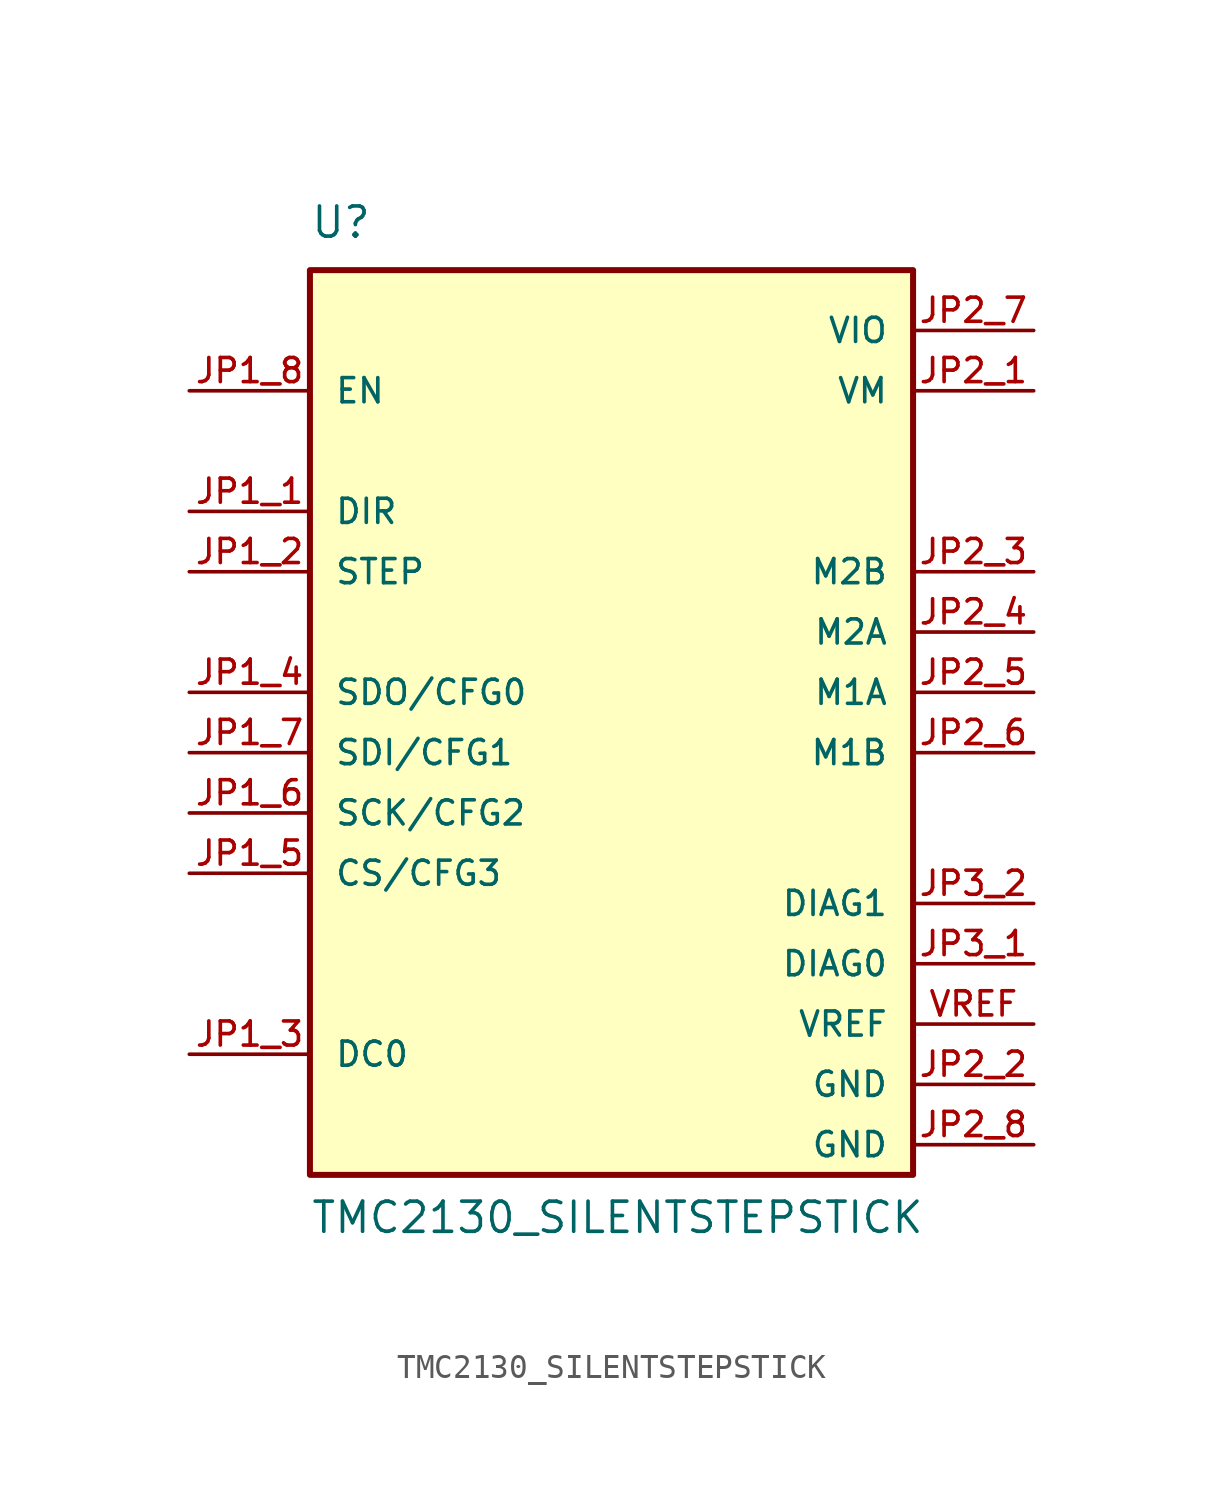
<source format=kicad_sym>
(kicad_symbol_lib
  (version 20211014)
  (generator kicad_symbol_editor)
  (symbol "TMC2130_SILENTSTEPSTICK"
    (pin_names
      (offset 1.016))
    (property "Reference" "U"
      (at -12.7 19.05 0)
      (effects (font (size 1.27 1.27)) (justify left bottom)))
    (property "Value" "TMC2130_SILENTSTEPSTICK"
      (at -12.7 -22.86 0)
      (effects (font (size 1.27 1.27)) (justify left bottom)))
    (symbol "TMC2130_SILENTSTEPSTICK_0_0"
      (rectangle (start -12.7 -20.32) (end 12.7 17.78) (stroke (width 0.254) (type default) (color 0 0 0 0)) (fill (type background)))
      (pin input line (at -17.78 7.62 0) (length 5.08) (name "DIR" (effects (font (size 1.016 1.016)))) (number "JP1_1" (effects (font (size 1.016 1.016)))))
      (pin input line (at -17.78 5.08 0) (length 5.08) (name "STEP" (effects (font (size 1.016 1.016)))) (number "JP1_2" (effects (font (size 1.016 1.016)))))
      (pin bidirectional line (at -17.78 -15.24 0) (length 5.08) (name "DC0" (effects (font (size 1.016 1.016)))) (number "JP1_3" (effects (font (size 1.016 1.016)))))
      (pin bidirectional line (at -17.78 0 0) (length 5.08) (name "SDO/CFG0" (effects (font (size 1.016 1.016)))) (number "JP1_4" (effects (font (size 1.016 1.016)))))
      (pin input line (at -17.78 -7.62 0) (length 5.08) (name "CS/CFG3" (effects (font (size 1.016 1.016)))) (number "JP1_5" (effects (font (size 1.016 1.016)))))
      (pin input line (at -17.78 -5.08 0) (length 5.08) (name "SCK/CFG2" (effects (font (size 1.016 1.016)))) (number "JP1_6" (effects (font (size 1.016 1.016)))))
      (pin input line (at -17.78 -2.54 0) (length 5.08) (name "SDI/CFG1" (effects (font (size 1.016 1.016)))) (number "JP1_7" (effects (font (size 1.016 1.016)))))
      (pin input line (at -17.78 12.7 0) (length 5.08) (name "EN" (effects (font (size 1.016 1.016)))) (number "JP1_8" (effects (font (size 1.016 1.016)))))
      (pin power_in line (at 17.78 12.7 180) (length 5.08) (name "VM" (effects (font (size 1.016 1.016)))) (number "JP2_1" (effects (font (size 1.016 1.016)))))
      (pin power_in line (at 17.78 -16.51 180) (length 5.08) (name "GND" (effects (font (size 1.016 1.016)))) (number "JP2_2" (effects (font (size 1.016 1.016)))))
      (pin passive line (at 17.78 5.08 180) (length 5.08) (name "M2B" (effects (font (size 1.016 1.016)))) (number "JP2_3" (effects (font (size 1.016 1.016)))))
      (pin passive line (at 17.78 2.54 180) (length 5.08) (name "M2A" (effects (font (size 1.016 1.016)))) (number "JP2_4" (effects (font (size 1.016 1.016)))))
      (pin passive line (at 17.78 0 180) (length 5.08) (name "M1A" (effects (font (size 1.016 1.016)))) (number "JP2_5" (effects (font (size 1.016 1.016)))))
      (pin passive line (at 17.78 -2.54 180) (length 5.08) (name "M1B" (effects (font (size 1.016 1.016)))) (number "JP2_6" (effects (font (size 1.016 1.016)))))
      (pin power_in line (at 17.78 15.24 180) (length 5.08) (name "VIO" (effects (font (size 1.016 1.016)))) (number "JP2_7" (effects (font (size 1.016 1.016)))))
      (pin power_in line (at 17.78 -19.05 180) (length 5.08) (name "GND" (effects (font (size 1.016 1.016)))) (number "JP2_8" (effects (font (size 1.016 1.016)))))
      (pin output line (at 17.78 -11.43 180) (length 5.08) (name "DIAG0" (effects (font (size 1.016 1.016)))) (number "JP3_1" (effects (font (size 1.016 1.016)))))
      (pin output line (at 17.78 -8.89 180) (length 5.08) (name "DIAG1" (effects (font (size 1.016 1.016)))) (number "JP3_2" (effects (font (size 1.016 1.016)))))
      (pin passive line (at 17.78 -13.97 180) (length 5.08) (name "VREF" (effects (font (size 1.016 1.016)))) (number "VREF" (effects (font (size 1.016 1.016))))))))
</source>
